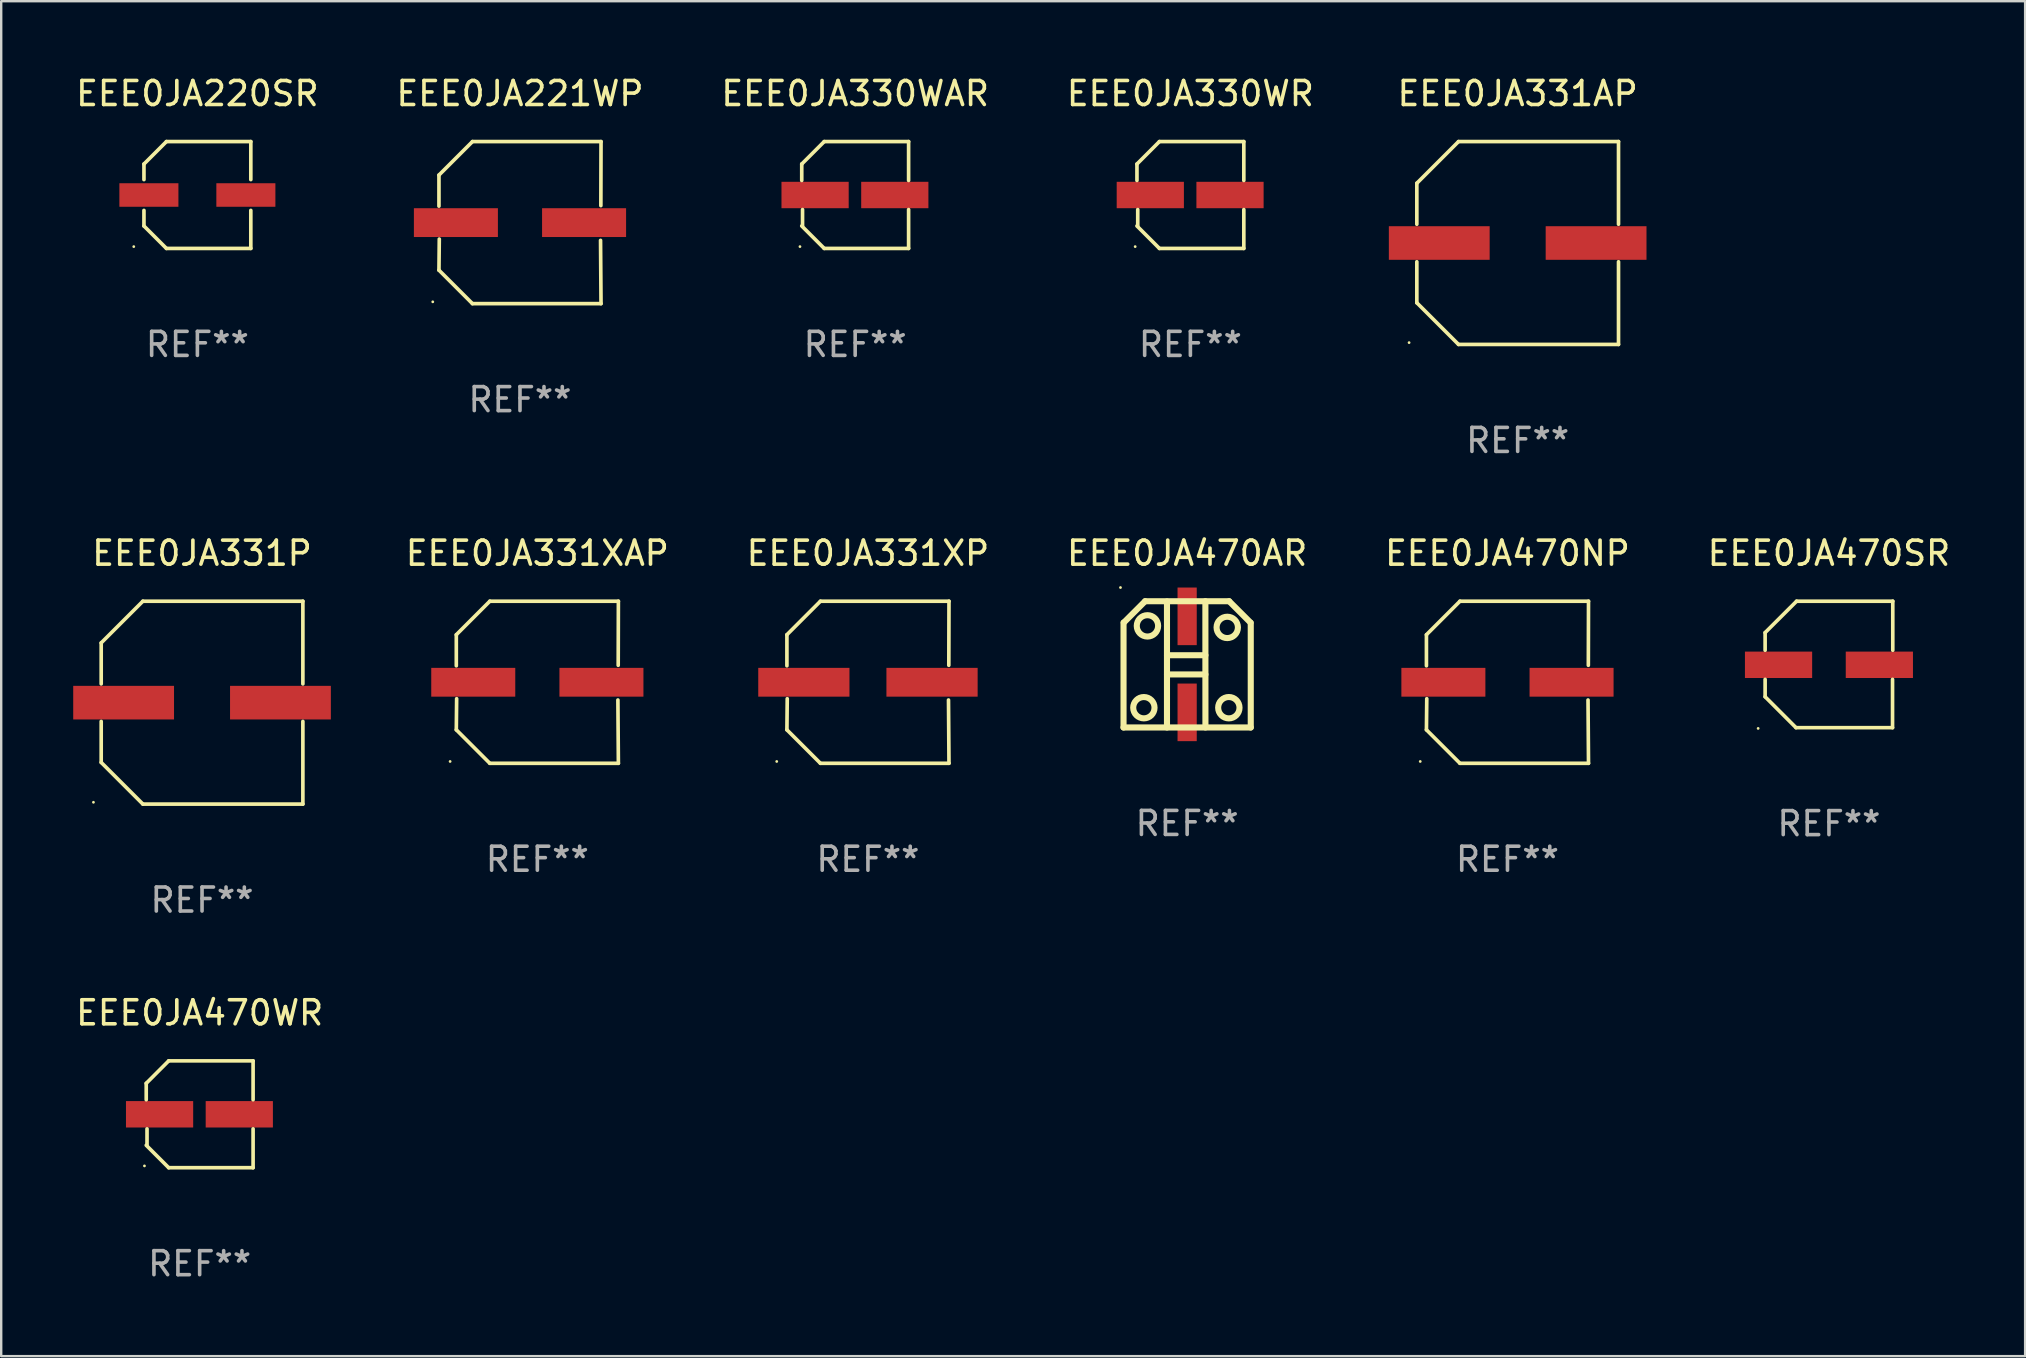
<source format=kicad_pcb>
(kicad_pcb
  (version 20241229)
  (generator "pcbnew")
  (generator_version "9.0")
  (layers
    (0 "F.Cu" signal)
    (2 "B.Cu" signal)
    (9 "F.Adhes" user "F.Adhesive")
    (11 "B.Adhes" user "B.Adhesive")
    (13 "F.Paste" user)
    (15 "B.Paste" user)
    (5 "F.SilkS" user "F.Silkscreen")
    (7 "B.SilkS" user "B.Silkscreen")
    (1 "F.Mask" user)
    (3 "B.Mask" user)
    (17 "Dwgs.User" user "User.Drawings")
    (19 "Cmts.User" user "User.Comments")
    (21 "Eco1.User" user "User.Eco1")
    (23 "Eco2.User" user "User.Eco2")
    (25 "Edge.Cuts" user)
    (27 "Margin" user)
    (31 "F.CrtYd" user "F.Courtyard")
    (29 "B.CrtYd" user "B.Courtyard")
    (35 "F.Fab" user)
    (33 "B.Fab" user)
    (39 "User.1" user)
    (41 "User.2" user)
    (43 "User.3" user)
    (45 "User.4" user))
  (footprint "EEE0JA470AR"
    (layer "F.Cu")
    (at 46.407 24.627)
    (property "Reference" "EEE0JA470AR" (at 0 -4.63 0) (layer "F.SilkS") (effects (font (size 1 1) (thickness 0.15))))
    (attr through_hole)
    (fp_line (start -2.65 2.63) (end -2.65 -1.74) (stroke (width 0.254) (type solid)) (layer "F.SilkS"))
    (fp_line (start -2.65 2.63) (end 2.65 2.63) (stroke (width 0.254) (type solid)) (layer "F.SilkS"))
    (fp_line (start -1.75 -2.63) (end -2.64 -1.74) (stroke (width 0.254) (type solid)) (layer "F.SilkS"))
    (fp_line (start -1.75 -2.63) (end 1.75 -2.63) (stroke (width 0.254) (type solid)) (layer "F.SilkS"))
    (fp_line (start -0.84 -2.62) (end -0.84 2.63) (stroke (width 0.254) (type solid)) (layer "F.SilkS"))
    (fp_line (start -0.839 -0.38) (end 0.761 -0.38) (stroke (width 0.254) (type solid)) (layer "F.SilkS"))
    (fp_line (start -0.839 0.42) (end 0.761 0.42) (stroke (width 0.254) (type solid)) (layer "F.SilkS"))
    (fp_line (start 0.76 -2.63) (end 0.762 2.629) (stroke (width 0.254) (type solid)) (layer "F.SilkS"))
    (fp_line (start 1.75 -2.63) (end 2.64 -1.74) (stroke (width 0.254) (type solid)) (layer "F.SilkS"))
    (fp_line (start 2.65 2.63) (end 2.65 -1.73) (stroke (width 0.254) (type solid)) (layer "F.SilkS"))
    (fp_circle (center -2.777 -3.2) (end -2.747 -3.2) (stroke (width 0.06) (type solid)) (fill no) (layer "F.SilkS"))
    (fp_circle (center -1.803 1.806) (end -1.359 1.806) (stroke (width 0.254) (type solid)) (fill no) (layer "F.SilkS"))
    (fp_circle (center -1.654 -1.603) (end -1.209 -1.603) (stroke (width 0.254) (type solid)) (fill no) (layer "F.SilkS"))
    (fp_circle (center 1.671 -1.539) (end 2.116 -1.539) (stroke (width 0.254) (type solid)) (fill no) (layer "F.SilkS"))
    (fp_circle (center 1.737 1.806) (end 2.182 1.806) (stroke (width 0.254) (type solid)) (fill no) (layer "F.SilkS"))
    (fp_text user "REF**" (at 0 6.63 0) (layer "F.Fab") (effects (font (size 1 1) (thickness 0.15))))
    (pad "1" smd rect (at 0 -2 90) (size 2.4 0.8) (layers "F.Cu" "F.Mask" "F.Paste"))
    (pad "2" smd rect (at 0 2 90) (size 2.4 0.8) (layers "F.Cu" "F.Mask" "F.Paste")))
  (footprint "EEE0JA470WR"
    (layer "F.Cu")
    (at 5.268 43.372)
    (property "Reference" "EEE0JA470WR" (at 0 -4.226 0) (layer "F.SilkS") (effects (font (size 1 1) (thickness 0.15))))
    (attr through_hole)
    (fp_line (start -2.226 -1.29) (end -2.226 -0.607) (stroke (width 0.152) (type solid)) (layer "F.SilkS"))
    (fp_line (start -2.193 1.29) (end -2.193 0.607) (stroke (width 0.152) (type solid)) (layer "F.SilkS"))
    (fp_line (start -1.29 2.226) (end -2.226 1.29) (stroke (width 0.152) (type solid)) (layer "F.SilkS"))
    (fp_line (start -1.29 -2.226) (end -2.226 -1.29) (stroke (width 0.152) (type solid)) (layer "F.SilkS"))
    (fp_line (start 2.226 -2.226) (end -1.29 -2.226) (stroke (width 0.152) (type solid)) (layer "F.SilkS"))
    (fp_line (start 2.226 -0.607) (end 2.226 -2.226) (stroke (width 0.152) (type solid)) (layer "F.SilkS"))
    (fp_line (start 2.226 0.607) (end 2.226 2.226) (stroke (width 0.152) (type solid)) (layer "F.SilkS"))
    (fp_line (start 2.226 2.226) (end -1.29 2.226) (stroke (width 0.152) (type solid)) (layer "F.SilkS"))
    (fp_circle (center -2.3 2.15) (end -2.27 2.15) (stroke (width 0.06) (type solid)) (fill no) (layer "F.SilkS"))
    (fp_text user "REF**" (at 0 6.226 0) (layer "F.Fab") (effects (font (size 1 1) (thickness 0.15))))
    (pad "1" smd rect (at -1.67 -0.000025) (size 2.8 1.1) (layers "F.Cu" "F.Mask" "F.Paste"))
    (pad "2" smd rect (at 1.651 -0.000025) (size 2.8 1.1) (layers "F.Cu" "F.Mask" "F.Paste")))
  (footprint "EEE0JA331AP"
    (layer "F.Cu")
    (at 60.177 7.074)
    (property "Reference" "EEE0JA331AP" (at 0 -6.226 0) (layer "F.SilkS") (effects (font (size 1 1) (thickness 0.15))))
    (attr through_hole)
    (fp_line (start -4.201 -2.49) (end -4.201 -0.782) (stroke (width 0.152) (type solid)) (layer "F.SilkS"))
    (fp_line (start -4.201 2.49) (end -4.201 0.782) (stroke (width 0.152) (type solid)) (layer "F.SilkS"))
    (fp_line (start -2.465 -4.226) (end -4.201 -2.49) (stroke (width 0.152) (type solid)) (layer "F.SilkS"))
    (fp_line (start -2.465 4.226) (end -4.201 2.49) (stroke (width 0.152) (type solid)) (layer "F.SilkS"))
    (fp_line (start 4.201 -4.226) (end -2.465 -4.226) (stroke (width 0.152) (type solid)) (layer "F.SilkS"))
    (fp_line (start 4.201 -0.782) (end 4.201 -4.226) (stroke (width 0.152) (type solid)) (layer "F.SilkS"))
    (fp_line (start 4.201 0.782) (end 4.201 4.226) (stroke (width 0.152) (type solid)) (layer "F.SilkS"))
    (fp_line (start 4.201 4.226) (end -2.465 4.226) (stroke (width 0.152) (type solid)) (layer "F.SilkS"))
    (fp_circle (center -4.524 4.15) (end -4.494 4.15) (stroke (width 0.06) (type solid)) (fill no) (layer "F.SilkS"))
    (fp_text user "REF**" (at 0 8.226 0) (layer "F.Fab") (effects (font (size 1 1) (thickness 0.15))))
    (pad "1" smd rect (at -3.267 0) (size 4.2 1.4) (layers "F.Cu" "F.Mask" "F.Paste"))
    (pad "2" smd rect (at 3.267 0) (size 4.2 1.4) (layers "F.Cu" "F.Mask" "F.Paste")))
  (footprint "EEE0JA221WP"
    (layer "F.Cu")
    (at 18.613 6.224)
    (property "Reference" "EEE0JA221WP" (at 0 -5.376 0) (layer "F.SilkS") (effects (font (size 1 1) (thickness 0.15))))
    (attr through_hole)
    (fp_line (start -3.376 -1.98) (end -3.376 -0.686) (stroke (width 0.152) (type solid)) (layer "F.SilkS"))
    (fp_line (start -3.376 1.981) (end -3.362 0.686) (stroke (width 0.152) (type solid)) (layer "F.SilkS"))
    (fp_line (start -1.981 3.376) (end -3.376 1.981) (stroke (width 0.152) (type solid)) (layer "F.SilkS"))
    (fp_line (start -1.98 -3.376) (end -3.376 -1.98) (stroke (width 0.152) (type solid)) (layer "F.SilkS"))
    (fp_line (start 3.356 0.74) (end 3.376 3.376) (stroke (width 0.152) (type solid)) (layer "F.SilkS"))
    (fp_line (start 3.369 -0.707) (end 3.376 -3.376) (stroke (width 0.152) (type solid)) (layer "F.SilkS"))
    (fp_line (start 3.376 3.376) (end -1.981 3.376) (stroke (width 0.152) (type solid)) (layer "F.SilkS"))
    (fp_line (start 3.376 -3.376) (end -1.98 -3.376) (stroke (width 0.152) (type solid)) (layer "F.SilkS"))
    (fp_circle (center -3.634 3.3) (end -3.604 3.3) (stroke (width 0.06) (type solid)) (fill no) (layer "F.SilkS"))
    (fp_text user "REF**" (at 0 7.376 0) (layer "F.Fab") (effects (font (size 1 1) (thickness 0.15))))
    (pad "1" smd rect (at -2.67 0.000254) (size 3.5 1.2) (layers "F.Cu" "F.Mask" "F.Paste"))
    (pad "2" smd rect (at 2.67 0.000254) (size 3.5 1.2) (layers "F.Cu" "F.Mask" "F.Paste")))
  (footprint "EEE0JA330WR"
    (layer "F.Cu")
    (at 46.542 5.074)
    (property "Reference" "EEE0JA330WR" (at 0 -4.226 0) (layer "F.SilkS") (effects (font (size 1 1) (thickness 0.15))))
    (attr through_hole)
    (fp_line (start -2.226 -1.29) (end -2.226 -0.607) (stroke (width 0.152) (type solid)) (layer "F.SilkS"))
    (fp_line (start -2.193 1.29) (end -2.193 0.607) (stroke (width 0.152) (type solid)) (layer "F.SilkS"))
    (fp_line (start -1.29 2.226) (end -2.226 1.29) (stroke (width 0.152) (type solid)) (layer "F.SilkS"))
    (fp_line (start -1.29 -2.226) (end -2.226 -1.29) (stroke (width 0.152) (type solid)) (layer "F.SilkS"))
    (fp_line (start 2.226 -2.226) (end -1.29 -2.226) (stroke (width 0.152) (type solid)) (layer "F.SilkS"))
    (fp_line (start 2.226 -0.607) (end 2.226 -2.226) (stroke (width 0.152) (type solid)) (layer "F.SilkS"))
    (fp_line (start 2.226 0.607) (end 2.226 2.226) (stroke (width 0.152) (type solid)) (layer "F.SilkS"))
    (fp_line (start 2.226 2.226) (end -1.29 2.226) (stroke (width 0.152) (type solid)) (layer "F.SilkS"))
    (fp_circle (center -2.3 2.15) (end -2.27 2.15) (stroke (width 0.06) (type solid)) (fill no) (layer "F.SilkS"))
    (fp_text user "REF**" (at 0 6.226 0) (layer "F.Fab") (effects (font (size 1 1) (thickness 0.15))))
    (pad "1" smd rect (at -1.67 -0.000025) (size 2.8 1.1) (layers "F.Cu" "F.Mask" "F.Paste"))
    (pad "2" smd rect (at 1.651 -0.000025) (size 2.8 1.1) (layers "F.Cu" "F.Mask" "F.Paste")))
  (footprint "EEE0JA331XP"
    (layer "F.Cu")
    (at 33.109 25.373)
    (property "Reference" "EEE0JA331XP" (at 0 -5.376 0) (layer "F.SilkS") (effects (font (size 1 1) (thickness 0.15))))
    (attr through_hole)
    (fp_line (start -3.376 -1.98) (end -3.376 -0.686) (stroke (width 0.152) (type solid)) (layer "F.SilkS"))
    (fp_line (start -3.376 1.981) (end -3.362 0.686) (stroke (width 0.152) (type solid)) (layer "F.SilkS"))
    (fp_line (start -1.981 3.376) (end -3.376 1.981) (stroke (width 0.152) (type solid)) (layer "F.SilkS"))
    (fp_line (start -1.98 -3.376) (end -3.376 -1.98) (stroke (width 0.152) (type solid)) (layer "F.SilkS"))
    (fp_line (start 3.356 0.74) (end 3.376 3.376) (stroke (width 0.152) (type solid)) (layer "F.SilkS"))
    (fp_line (start 3.369 -0.707) (end 3.376 -3.376) (stroke (width 0.152) (type solid)) (layer "F.SilkS"))
    (fp_line (start 3.376 3.376) (end -1.981 3.376) (stroke (width 0.152) (type solid)) (layer "F.SilkS"))
    (fp_line (start 3.376 -3.376) (end -1.98 -3.376) (stroke (width 0.152) (type solid)) (layer "F.SilkS"))
    (fp_circle (center -3.8 3.3) (end -3.77 3.3) (stroke (width 0.06) (type solid)) (fill no) (layer "F.SilkS"))
    (fp_text user "REF**" (at 0 7.376 0) (layer "F.Fab") (effects (font (size 1 1) (thickness 0.15))))
    (pad "1" smd rect (at -2.67 0.000254) (size 3.8 1.2) (layers "F.Cu" "F.Mask" "F.Paste"))
    (pad "2" smd rect (at 2.67 0.000254) (size 3.8 1.2) (layers "F.Cu" "F.Mask" "F.Paste")))
  (footprint "EEE0JA330WAR"
    (layer "F.Cu")
    (at 32.577 5.074)
    (property "Reference" "EEE0JA330WAR" (at 0 -4.226 0) (layer "F.SilkS") (effects (font (size 1 1) (thickness 0.15))))
    (attr through_hole)
    (fp_line (start -2.226 -1.29) (end -2.226 -0.607) (stroke (width 0.152) (type solid)) (layer "F.SilkS"))
    (fp_line (start -2.193 1.29) (end -2.193 0.607) (stroke (width 0.152) (type solid)) (layer "F.SilkS"))
    (fp_line (start -1.29 2.226) (end -2.226 1.29) (stroke (width 0.152) (type solid)) (layer "F.SilkS"))
    (fp_line (start -1.29 -2.226) (end -2.226 -1.29) (stroke (width 0.152) (type solid)) (layer "F.SilkS"))
    (fp_line (start 2.226 -2.226) (end -1.29 -2.226) (stroke (width 0.152) (type solid)) (layer "F.SilkS"))
    (fp_line (start 2.226 -0.607) (end 2.226 -2.226) (stroke (width 0.152) (type solid)) (layer "F.SilkS"))
    (fp_line (start 2.226 0.607) (end 2.226 2.226) (stroke (width 0.152) (type solid)) (layer "F.SilkS"))
    (fp_line (start 2.226 2.226) (end -1.29 2.226) (stroke (width 0.152) (type solid)) (layer "F.SilkS"))
    (fp_circle (center -2.3 2.15) (end -2.27 2.15) (stroke (width 0.06) (type solid)) (fill no) (layer "F.SilkS"))
    (fp_text user "REF**" (at 0 6.226 0) (layer "F.Fab") (effects (font (size 1 1) (thickness 0.15))))
    (pad "1" smd rect (at -1.67 -0.000025) (size 2.8 1.1) (layers "F.Cu" "F.Mask" "F.Paste"))
    (pad "2" smd rect (at 1.651 -0.000025) (size 2.8 1.1) (layers "F.Cu" "F.Mask" "F.Paste")))
  (footprint "EEE0JA470SR"
    (layer "F.Cu")
    (at 73.145 24.631)
    (property "Reference" "EEE0JA470SR" (at 0 -4.634 0) (layer "F.SilkS") (effects (font (size 1 1) (thickness 0.15))))
    (attr through_hole)
    (fp_line (start -2.659 -1.326) (end -2.659 -0.592) (stroke (width 0.152) (type solid)) (layer "F.SilkS"))
    (fp_line (start -2.659 1.346) (end -2.659 0.622) (stroke (width 0.152) (type solid)) (layer "F.SilkS"))
    (fp_line (start -1.372 2.634) (end -2.659 1.346) (stroke (width 0.152) (type solid)) (layer "F.SilkS"))
    (fp_line (start -1.349 -2.634) (end -2.659 -1.326) (stroke (width 0.152) (type solid)) (layer "F.SilkS"))
    (fp_line (start 2.649 0.622) (end 2.649 2.634) (stroke (width 0.152) (type solid)) (layer "F.SilkS"))
    (fp_line (start 2.649 2.634) (end -1.372 2.634) (stroke (width 0.152) (type solid)) (layer "F.SilkS"))
    (fp_line (start 2.659 -2.634) (end -1.349 -2.634) (stroke (width 0.152) (type solid)) (layer "F.SilkS"))
    (fp_line (start 2.659 -0.592) (end 2.659 -2.634) (stroke (width 0.152) (type solid)) (layer "F.SilkS"))
    (fp_circle (center -2.95 2.665) (end -2.92 2.665) (stroke (width 0.06) (type solid)) (fill no) (layer "F.SilkS"))
    (fp_text user "REF**" (at 0 6.634 0) (layer "F.Fab") (effects (font (size 1 1) (thickness 0.15))))
    (pad "1" smd rect (at -2.1 0.015) (size 2.8 1.1) (layers "F.Cu" "F.Mask" "F.Paste"))
    (pad "2" smd rect (at 2.1 0.015) (size 2.8 1.1) (layers "F.Cu" "F.Mask" "F.Paste")))
  (footprint "EEE0JA470NP"
    (layer "F.Cu")
    (at 59.752 25.373)
    (property "Reference" "EEE0JA470NP" (at 0 -5.376 0) (layer "F.SilkS") (effects (font (size 1 1) (thickness 0.15))))
    (attr through_hole)
    (fp_line (start -3.376 -1.98) (end -3.376 -0.686) (stroke (width 0.152) (type solid)) (layer "F.SilkS"))
    (fp_line (start -3.376 1.981) (end -3.362 0.686) (stroke (width 0.152) (type solid)) (layer "F.SilkS"))
    (fp_line (start -1.981 3.376) (end -3.376 1.981) (stroke (width 0.152) (type solid)) (layer "F.SilkS"))
    (fp_line (start -1.98 -3.376) (end -3.376 -1.98) (stroke (width 0.152) (type solid)) (layer "F.SilkS"))
    (fp_line (start 3.356 0.74) (end 3.376 3.376) (stroke (width 0.152) (type solid)) (layer "F.SilkS"))
    (fp_line (start 3.369 -0.707) (end 3.376 -3.376) (stroke (width 0.152) (type solid)) (layer "F.SilkS"))
    (fp_line (start 3.376 3.376) (end -1.981 3.376) (stroke (width 0.152) (type solid)) (layer "F.SilkS"))
    (fp_line (start 3.376 -3.376) (end -1.98 -3.376) (stroke (width 0.152) (type solid)) (layer "F.SilkS"))
    (fp_circle (center -3.634 3.3) (end -3.604 3.3) (stroke (width 0.06) (type solid)) (fill no) (layer "F.SilkS"))
    (fp_text user "REF**" (at 0 7.376 0) (layer "F.Fab") (effects (font (size 1 1) (thickness 0.15))))
    (pad "1" smd rect (at -2.67 0.000254) (size 3.5 1.2) (layers "F.Cu" "F.Mask" "F.Paste"))
    (pad "2" smd rect (at 2.67 0.000254) (size 3.5 1.2) (layers "F.Cu" "F.Mask" "F.Paste")))
  (footprint "EEE0JA220SR"
    (layer "F.Cu")
    (at 5.173 5.074)
    (property "Reference" "EEE0JA220SR" (at 0 -4.226 0) (layer "F.SilkS") (effects (font (size 1 1) (thickness 0.15))))
    (attr through_hole)
    (fp_line (start -2.226 -1.29) (end -1.29 -2.226) (stroke (width 0.152) (type solid)) (layer "F.SilkS"))
    (fp_line (start -2.226 -0.642) (end -2.226 -1.29) (stroke (width 0.152) (type solid)) (layer "F.SilkS"))
    (fp_line (start -2.226 0.642) (end -2.226 1.29) (stroke (width 0.152) (type solid)) (layer "F.SilkS"))
    (fp_line (start -2.226 1.29) (end -1.29 2.226) (stroke (width 0.152) (type solid)) (layer "F.SilkS"))
    (fp_line (start -1.29 -2.226) (end 2.226 -2.226) (stroke (width 0.152) (type solid)) (layer "F.SilkS"))
    (fp_line (start -1.29 2.226) (end 2.226 2.226) (stroke (width 0.152) (type solid)) (layer "F.SilkS"))
    (fp_line (start 2.226 -2.226) (end 2.226 -0.642) (stroke (width 0.152) (type solid)) (layer "F.SilkS"))
    (fp_line (start 2.226 2.226) (end 2.226 0.642) (stroke (width 0.152) (type solid)) (layer "F.SilkS"))
    (fp_circle (center -2.65 2.15) (end -2.62 2.15) (stroke (width 0.06) (type solid)) (fill no) (layer "F.SilkS"))
    (fp_text user "REF**" (at 0 6.226 0) (layer "F.Fab") (effects (font (size 1 1) (thickness 0.15))))
    (pad "1" smd rect (at -2.02 -0.000013) (size 2.46 0.98) (layers "F.Cu" "F.Mask" "F.Paste"))
    (pad "2" smd rect (at 2.02 -0.000013) (size 2.46 0.98) (layers "F.Cu" "F.Mask" "F.Paste")))
  (footprint "EEE0JA331XAP"
    (layer "F.Cu")
    (at 19.336 25.373)
    (property "Reference" "EEE0JA331XAP" (at 0 -5.376 0) (layer "F.SilkS") (effects (font (size 1 1) (thickness 0.15))))
    (attr through_hole)
    (fp_line (start -3.376 -1.98) (end -3.376 -0.686) (stroke (width 0.152) (type solid)) (layer "F.SilkS"))
    (fp_line (start -3.376 1.981) (end -3.362 0.686) (stroke (width 0.152) (type solid)) (layer "F.SilkS"))
    (fp_line (start -1.981 3.376) (end -3.376 1.981) (stroke (width 0.152) (type solid)) (layer "F.SilkS"))
    (fp_line (start -1.98 -3.376) (end -3.376 -1.98) (stroke (width 0.152) (type solid)) (layer "F.SilkS"))
    (fp_line (start 3.356 0.74) (end 3.376 3.376) (stroke (width 0.152) (type solid)) (layer "F.SilkS"))
    (fp_line (start 3.369 -0.707) (end 3.376 -3.376) (stroke (width 0.152) (type solid)) (layer "F.SilkS"))
    (fp_line (start 3.376 3.376) (end -1.981 3.376) (stroke (width 0.152) (type solid)) (layer "F.SilkS"))
    (fp_line (start 3.376 -3.376) (end -1.98 -3.376) (stroke (width 0.152) (type solid)) (layer "F.SilkS"))
    (fp_circle (center -3.634 3.3) (end -3.604 3.3) (stroke (width 0.06) (type solid)) (fill no) (layer "F.SilkS"))
    (fp_text user "REF**" (at 0 7.376 0) (layer "F.Fab") (effects (font (size 1 1) (thickness 0.15))))
    (pad "1" smd rect (at -2.67 0.000254) (size 3.5 1.2) (layers "F.Cu" "F.Mask" "F.Paste"))
    (pad "2" smd rect (at 2.67 0.000254) (size 3.5 1.2) (layers "F.Cu" "F.Mask" "F.Paste")))
  (footprint "EEE0JA331P"
    (layer "F.Cu")
    (at 5.367 26.223)
    (property "Reference" "EEE0JA331P" (at 0 -6.226 0) (layer "F.SilkS") (effects (font (size 1 1) (thickness 0.15))))
    (attr through_hole)
    (fp_line (start -4.201 -2.49) (end -4.201 -0.782) (stroke (width 0.152) (type solid)) (layer "F.SilkS"))
    (fp_line (start -4.201 2.49) (end -4.201 0.782) (stroke (width 0.152) (type solid)) (layer "F.SilkS"))
    (fp_line (start -2.465 -4.226) (end -4.201 -2.49) (stroke (width 0.152) (type solid)) (layer "F.SilkS"))
    (fp_line (start -2.465 4.226) (end -4.201 2.49) (stroke (width 0.152) (type solid)) (layer "F.SilkS"))
    (fp_line (start 4.201 -4.226) (end -2.465 -4.226) (stroke (width 0.152) (type solid)) (layer "F.SilkS"))
    (fp_line (start 4.201 -0.782) (end 4.201 -4.226) (stroke (width 0.152) (type solid)) (layer "F.SilkS"))
    (fp_line (start 4.201 0.782) (end 4.201 4.226) (stroke (width 0.152) (type solid)) (layer "F.SilkS"))
    (fp_line (start 4.201 4.226) (end -2.465 4.226) (stroke (width 0.152) (type solid)) (layer "F.SilkS"))
    (fp_circle (center -4.524 4.15) (end -4.494 4.15) (stroke (width 0.06) (type solid)) (fill no) (layer "F.SilkS"))
    (fp_text user "REF**" (at 0 8.226 0) (layer "F.Fab") (effects (font (size 1 1) (thickness 0.15))))
    (pad "1" smd rect (at -3.267 0) (size 4.2 1.4) (layers "F.Cu" "F.Mask" "F.Paste"))
    (pad "2" smd rect (at 3.267 0) (size 4.2 1.4) (layers "F.Cu" "F.Mask" "F.Paste")))
  (gr_rect
    (start -3 -3)
    (end 81.318 53.447)
    (stroke (width 0.1) (type default))
    (fill no)
    (layer "Edge.Cuts")))
</source>
